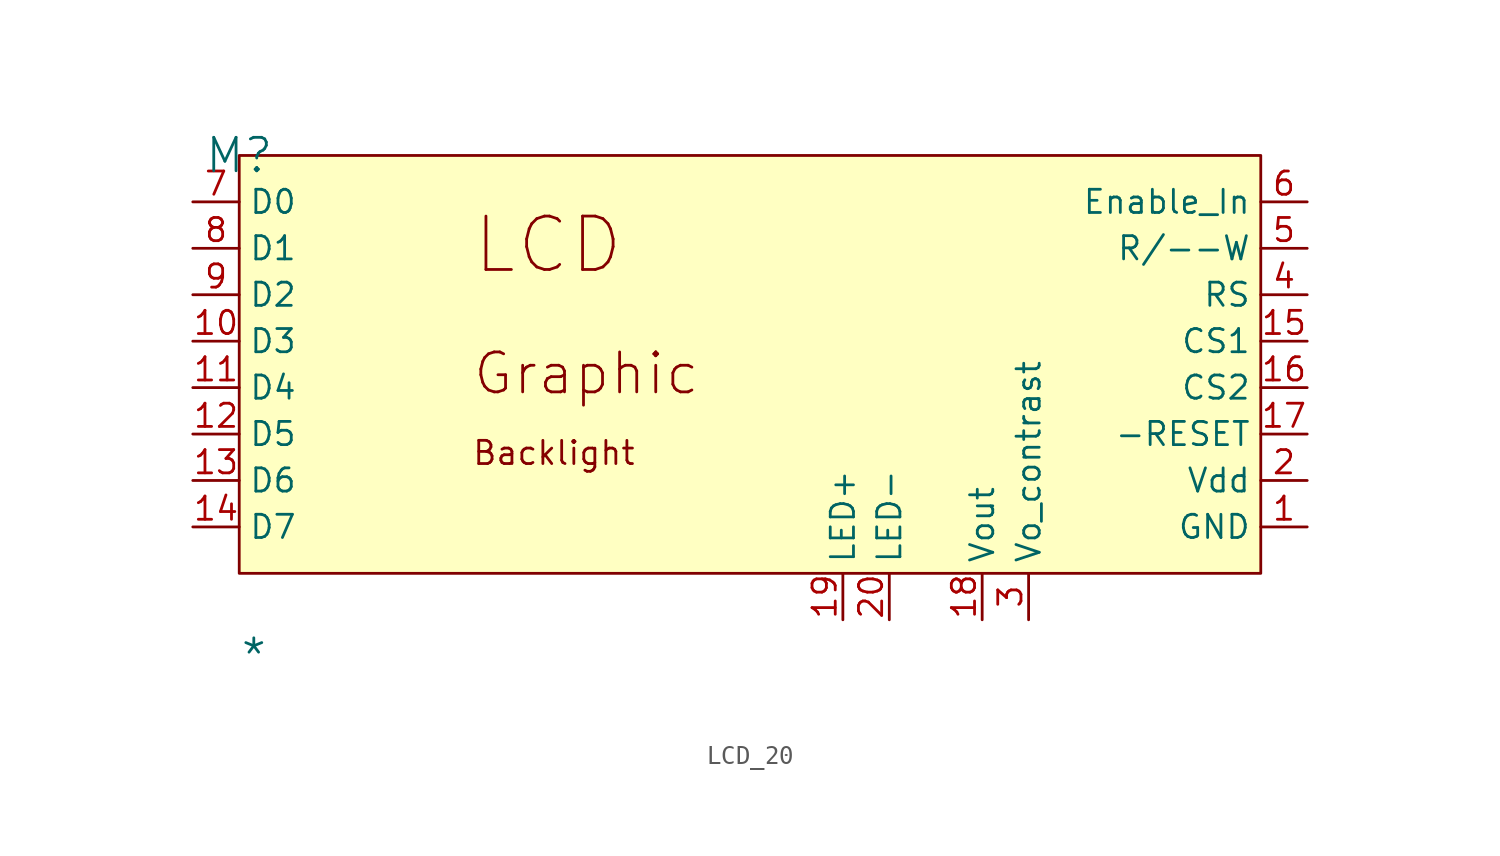
<source format=kicad_sym>
(kicad_symbol_lib
  (version 20241209)
  (generator "kicad_symbol_editor")
  (generator_version "9.0")
  (symbol "LCD_20"
    (property "Reference" "M"
      (at 0 0 0)
      (effects (font (size 1.829 1.829))))
    (property "Value" "*"
      (at 0 -28.448 0)
      (effects (font (size 1.829 1.829)) (justify left bottom)))
    (symbol "LCD_20_1_0"
      (rectangle (start 55.88 0) (end 0 -22.86) (stroke (width 0) (type solid) (color 128 0 0 1)) (fill (type background)))
      (text "LCD" (at 12.7 -6.604 0) (effects (font (size 2.921 2.921)) (justify left bottom)))
      (text "Graphic" (at 12.7 -13.208 0) (effects (font (size 2.184 2.184)) (justify left bottom)))
      (text "Backlight" (at 12.7 -17.018 0) (effects (font (size 1.27 1.27)) (justify left bottom)))
      (pin bidirectional line (at -2.54 -2.54 0) (length 2.54) (name "D0" (effects (font (size 1.27 1.27)))) (number "7" (effects (font (size 1.27 1.27)))))
      (pin bidirectional line (at -2.54 -5.08 0) (length 2.54) (name "D1" (effects (font (size 1.27 1.27)))) (number "8" (effects (font (size 1.27 1.27)))))
      (pin bidirectional line (at -2.54 -7.62 0) (length 2.54) (name "D2" (effects (font (size 1.27 1.27)))) (number "9" (effects (font (size 1.27 1.27)))))
      (pin bidirectional line (at -2.54 -10.16 0) (length 2.54) (name "D3" (effects (font (size 1.27 1.27)))) (number "10" (effects (font (size 1.27 1.27)))))
      (pin bidirectional line (at -2.54 -12.7 0) (length 2.54) (name "D4" (effects (font (size 1.27 1.27)))) (number "11" (effects (font (size 1.27 1.27)))))
      (pin bidirectional line (at -2.54 -15.24 0) (length 2.54) (name "D5" (effects (font (size 1.27 1.27)))) (number "12" (effects (font (size 1.27 1.27)))))
      (pin bidirectional line (at -2.54 -17.78 0) (length 2.54) (name "D6" (effects (font (size 1.27 1.27)))) (number "13" (effects (font (size 1.27 1.27)))))
      (pin bidirectional line (at -2.54 -20.32 0) (length 2.54) (name "D7" (effects (font (size 1.27 1.27)))) (number "14" (effects (font (size 1.27 1.27)))))
      (pin passive line (at 33.02 -25.4 90) (length 2.54) (name "LED+" (effects (font (size 1.27 1.27)))) (number "19" (effects (font (size 1.27 1.27)))))
      (pin passive line (at 35.56 -25.4 90) (length 2.54) (name "LED-" (effects (font (size 1.27 1.27)))) (number "20" (effects (font (size 1.27 1.27)))))
      (pin passive line (at 40.64 -25.4 90) (length 2.54) (name "Vout" (effects (font (size 1.27 1.27)))) (number "18" (effects (font (size 1.27 1.27)))))
      (pin power_in line (at 43.18 -25.4 90) (length 2.54) (name "Vo_contrast" (effects (font (size 1.27 1.27)))) (number "3" (effects (font (size 1.27 1.27)))))
      (pin input line (at 58.42 -2.54 180) (length 2.54) (name "Enable_In" (effects (font (size 1.27 1.27)))) (number "6" (effects (font (size 1.27 1.27)))))
      (pin input line (at 58.42 -5.08 180) (length 2.54) (name "R/--W" (effects (font (size 1.27 1.27)))) (number "5" (effects (font (size 1.27 1.27)))))
      (pin input line (at 58.42 -7.62 180) (length 2.54) (name "RS" (effects (font (size 1.27 1.27)))) (number "4" (effects (font (size 1.27 1.27)))))
      (pin passive line (at 58.42 -10.16 180) (length 2.54) (name "CS1" (effects (font (size 1.27 1.27)))) (number "15" (effects (font (size 1.27 1.27)))))
      (pin passive line (at 58.42 -12.7 180) (length 2.54) (name "CS2" (effects (font (size 1.27 1.27)))) (number "16" (effects (font (size 1.27 1.27)))))
      (pin passive line (at 58.42 -15.24 180) (length 2.54) (name "-RESET" (effects (font (size 1.27 1.27)))) (number "17" (effects (font (size 1.27 1.27)))))
      (pin power_in line (at 58.42 -17.78 180) (length 2.54) (name "Vdd" (effects (font (size 1.27 1.27)))) (number "2" (effects (font (size 1.27 1.27)))))
      (pin power_in line (at 58.42 -20.32 180) (length 2.54) (name "GND" (effects (font (size 1.27 1.27)))) (number "1" (effects (font (size 1.27 1.27))))))))
</source>
